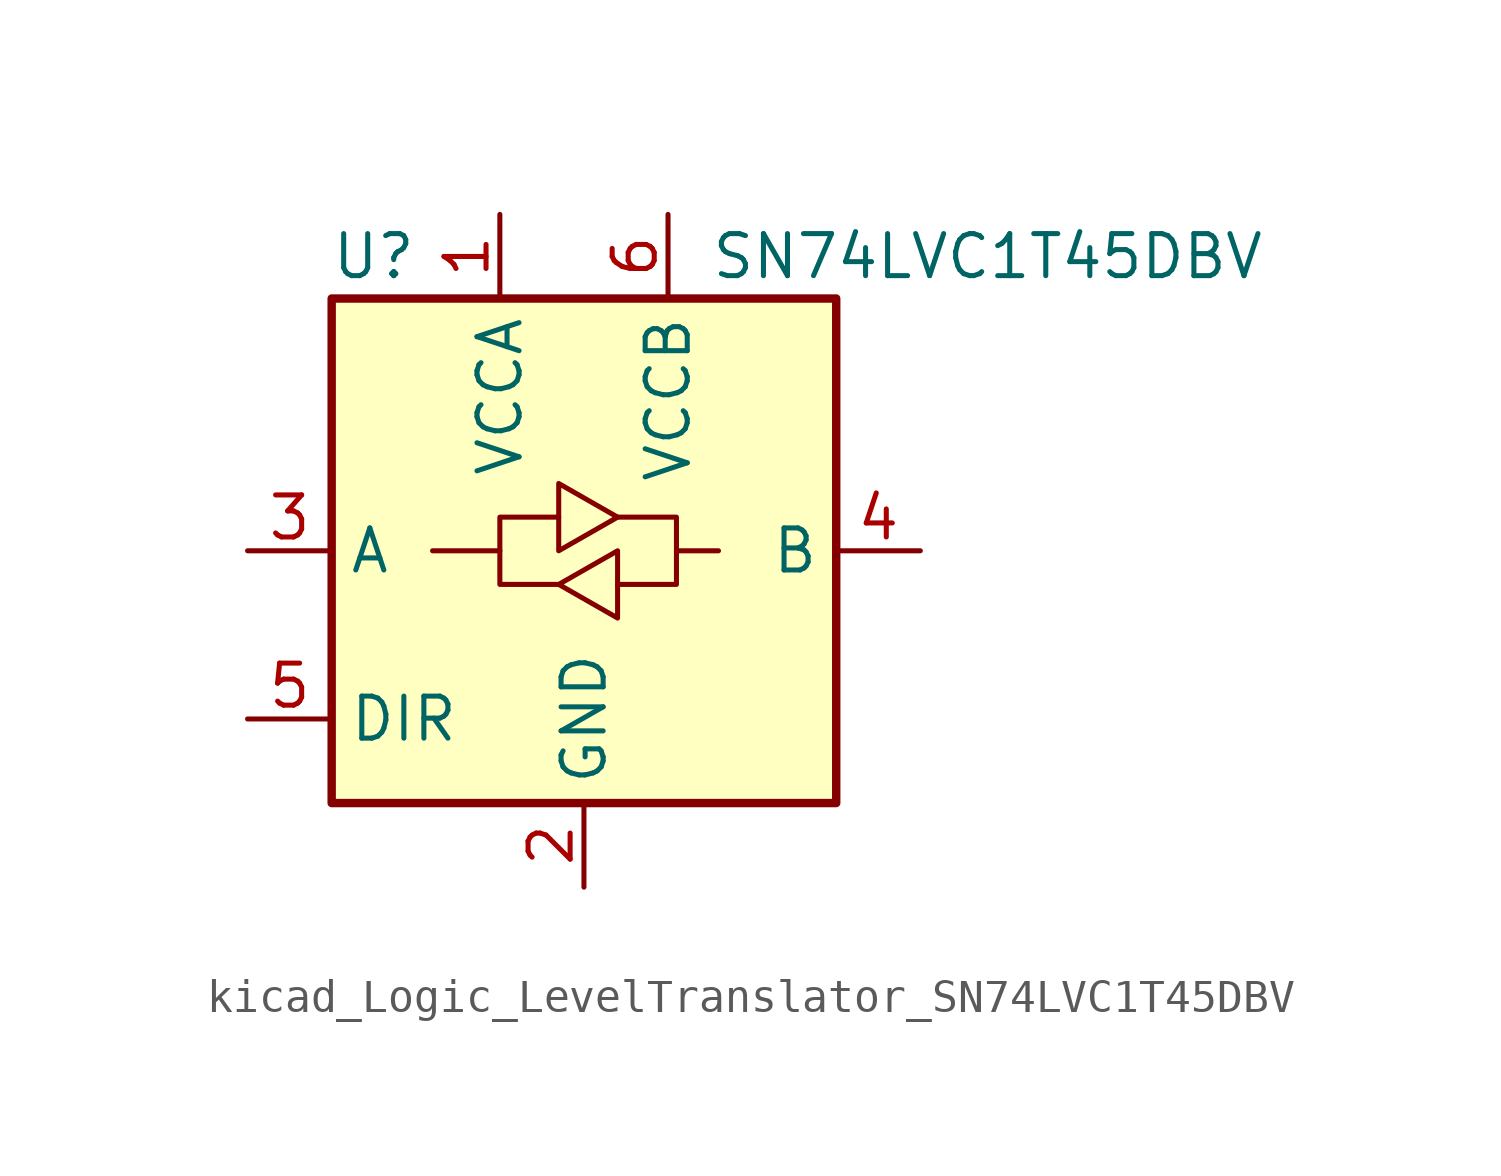
<source format=kicad_sym>
(kicad_symbol_lib
  (version 20220914)
  (generator kicad_symbol_editor)
  (symbol "kicad_Logic_LevelTranslator_SN74LVC1T45DBV"
    (property "Reference" "U"
      (at -6.35 8.89 0)
      (effects (font (size 1.27 1.27))))
    (property "Value" "SN74LVC1T45DBV"
      (at 3.81 8.89 0)
      (effects (font (size 1.27 1.27)) (justify left)))
    (symbol "kicad_Logic_LevelTranslator_SN74LVC1T45DBV_0_1"
      (rectangle (start -7.62 7.62) (end 7.62 -7.62) (stroke (width 0.254) (type default)) (fill (type background)))
      (polyline (pts (xy -2.54 0) (xy -2.54 1.016) (xy -0.762 1.016)) (stroke (width 0) (type default)) (fill (type none)))
      (polyline (pts (xy 2.794 0) (xy 2.794 -1.016) (xy 1.016 -1.016)) (stroke (width 0) (type default)) (fill (type none)))
      (polyline (pts (xy -0.762 -1.016) (xy -2.54 -1.016) (xy -2.54 0) (xy -4.572 0)) (stroke (width 0) (type default)) (fill (type none)))
      (polyline (pts (xy -0.762 0) (xy -0.762 2.032) (xy 1.016 1.016) (xy -0.762 0)) (stroke (width 0) (type default)) (fill (type none)))
      (polyline (pts (xy 1.016 1.016) (xy 2.794 1.016) (xy 2.794 0) (xy 4.064 0)) (stroke (width 0) (type default)) (fill (type none)))
      (polyline (pts (xy 1.016 0) (xy 1.016 -1.778) (xy 1.016 -2.032) (xy -0.762 -1.016) (xy 1.016 0)) (stroke (width 0) (type default)) (fill (type none))))
    (symbol "kicad_Logic_LevelTranslator_SN74LVC1T45DBV_1_1"
      (pin power_in line (at -2.54 10.16 270) (length 2.54) (name "VCCA" (effects (font (size 1.27 1.27)))) (number "1" (effects (font (size 1.27 1.27)))))
      (pin power_in line (at 0 -10.16 90) (length 2.54) (name "GND" (effects (font (size 1.27 1.27)))) (number "2" (effects (font (size 1.27 1.27)))))
      (pin bidirectional line (at -10.16 0 0) (length 2.54) (name "A" (effects (font (size 1.27 1.27)))) (number "3" (effects (font (size 1.27 1.27)))))
      (pin bidirectional line (at 10.16 0 180) (length 2.54) (name "B" (effects (font (size 1.27 1.27)))) (number "4" (effects (font (size 1.27 1.27)))))
      (pin input line (at -10.16 -5.08 0) (length 2.54) (name "DIR" (effects (font (size 1.27 1.27)))) (number "5" (effects (font (size 1.27 1.27)))))
      (pin power_in line (at 2.54 10.16 270) (length 2.54) (name "VCCB" (effects (font (size 1.27 1.27)))) (number "6" (effects (font (size 1.27 1.27))))))))
</source>
